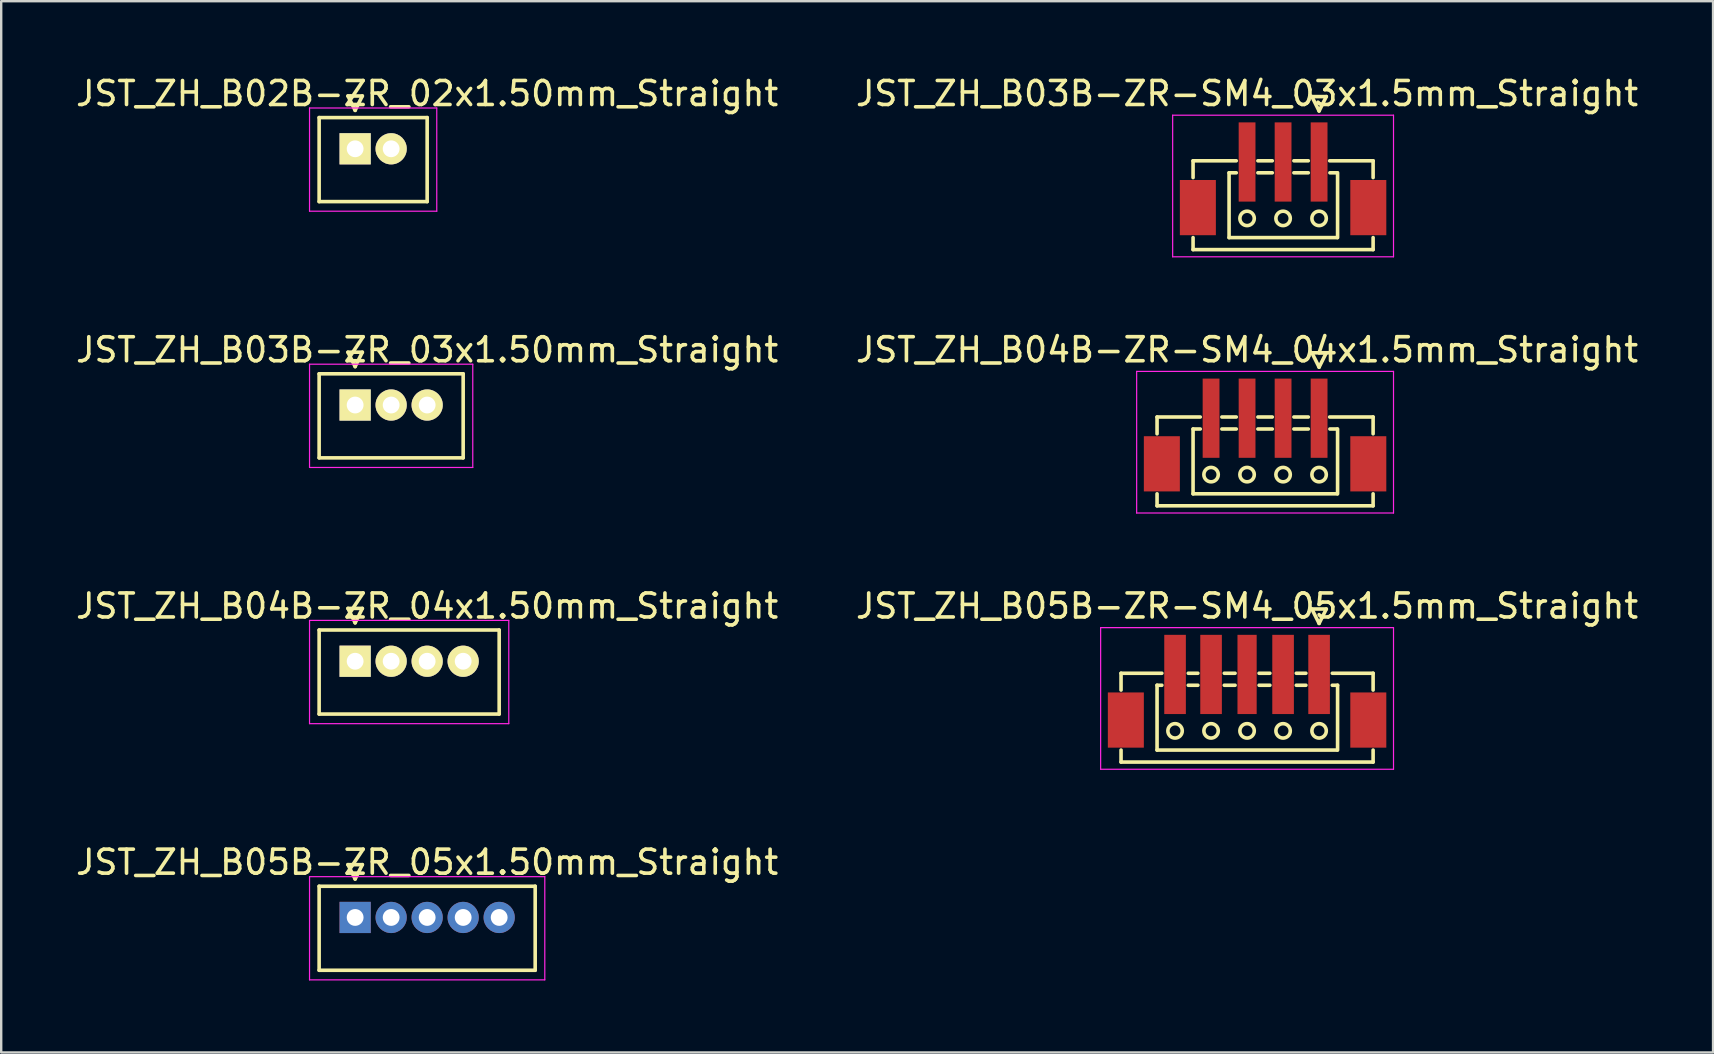
<source format=kicad_pcb>
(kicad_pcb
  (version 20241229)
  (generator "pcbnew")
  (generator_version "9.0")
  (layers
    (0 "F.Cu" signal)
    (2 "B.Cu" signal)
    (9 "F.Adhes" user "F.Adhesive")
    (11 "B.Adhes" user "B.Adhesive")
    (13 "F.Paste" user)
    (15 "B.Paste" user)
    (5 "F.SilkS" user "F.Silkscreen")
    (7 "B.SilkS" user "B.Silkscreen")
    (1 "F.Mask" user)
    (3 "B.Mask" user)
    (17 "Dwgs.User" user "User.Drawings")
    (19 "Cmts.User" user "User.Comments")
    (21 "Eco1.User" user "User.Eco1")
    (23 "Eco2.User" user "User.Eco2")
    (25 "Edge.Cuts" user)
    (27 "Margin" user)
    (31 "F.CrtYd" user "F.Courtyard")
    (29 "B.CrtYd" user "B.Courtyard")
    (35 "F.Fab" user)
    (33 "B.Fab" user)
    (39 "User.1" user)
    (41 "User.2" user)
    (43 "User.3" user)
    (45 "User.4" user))
  (footprint "JST_ZH_B05B-ZR_05x1.50mm_Straight"
    (layer "F.Cu")
    (at 11.744 35.168)
    (property "Reference" "JST_ZH_B05B-ZR_05x1.50mm_Straight" (at 3 -2.3 0) (layer "F.SilkS") (effects (font (size 1 1) (thickness 0.15))))
    (attr through_hole)
    (fp_line (start -1.5 -1.3) (end -1.5 2.2) (stroke (width 0.15) (type solid)) (layer "F.SilkS"))
    (fp_line (start -1.5 2.2) (end 7.5 2.2) (stroke (width 0.15) (type solid)) (layer "F.SilkS"))
    (fp_line (start -0.3 -2.2) (end 0 -1.6) (stroke (width 0.15) (type solid)) (layer "F.SilkS"))
    (fp_line (start 0 -1.6) (end 0.3 -2.2) (stroke (width 0.15) (type solid)) (layer "F.SilkS"))
    (fp_line (start 0.3 -2.2) (end -0.3 -2.2) (stroke (width 0.15) (type solid)) (layer "F.SilkS"))
    (fp_line (start 7.5 -1.3) (end -1.5 -1.3) (stroke (width 0.15) (type solid)) (layer "F.SilkS"))
    (fp_line (start 7.5 -1.3) (end 7.5 2.2) (stroke (width 0.15) (type solid)) (layer "F.SilkS"))
    (fp_line (start -1.9 -1.7) (end -1.9 2.6) (stroke (width 0.05) (type solid)) (layer "F.CrtYd"))
    (fp_line (start -1.9 2.6) (end 7.9 2.6) (stroke (width 0.05) (type solid)) (layer "F.CrtYd"))
    (fp_line (start 7.9 -1.7) (end -1.9 -1.7) (stroke (width 0.05) (type solid)) (layer "F.CrtYd"))
    (fp_line (start 7.9 2.6) (end 7.9 -1.7) (stroke (width 0.05) (type solid)) (layer "F.CrtYd"))
    (pad "1" thru_hole rect (at 0 0) (size 1.3 1.3) (drill 0.7) (layers "*.Cu" "*.Mask"))
    (pad "2" thru_hole circle (at 1.5 0) (size 1.3 1.3) (drill 0.7) (layers "*.Cu" "*.Mask"))
    (pad "3" thru_hole circle (at 3 0) (size 1.3 1.3) (drill 0.7) (layers "*.Cu" "*.Mask"))
    (pad "4" thru_hole circle (at 4.5 0) (size 1.3 1.3) (drill 0.7) (layers "*.Cu" "*.Mask"))
    (pad "5" thru_hole circle (at 6 0) (size 1.3 1.3) (drill 0.7) (layers "*.Cu" "*.Mask")))
  (footprint "JST_ZH_B05B-ZR-SM4_05x1.5mm_Straight"
    (layer "F.Cu")
    (at 48.899 26.095)
    (property "Reference" "JST_ZH_B05B-ZR-SM4_05x1.5mm_Straight" (at 0 -3.9 0) (layer "F.SilkS") (effects (font (size 1 1) (thickness 0.15))))
    (attr smd)
    (fp_line (start -5.25 -1.1) (end -5.25 -0.4) (stroke (width 0.15) (type solid)) (layer "F.SilkS"))
    (fp_line (start -5.25 -1.1) (end -3.55 -1.1) (stroke (width 0.15) (type solid)) (layer "F.SilkS"))
    (fp_line (start -5.25 2.6) (end -5.25 2.1) (stroke (width 0.15) (type solid)) (layer "F.SilkS"))
    (fp_line (start -3.75 -0.6) (end -3.75 2.1) (stroke (width 0.15) (type solid)) (layer "F.SilkS"))
    (fp_line (start -3.55 -0.6) (end -3.75 -0.6) (stroke (width 0.15) (type solid)) (layer "F.SilkS"))
    (fp_line (start -2.05 -1.1) (end -2.45 -1.1) (stroke (width 0.15) (type solid)) (layer "F.SilkS"))
    (fp_line (start -2.05 -0.6) (end -2.45 -0.6) (stroke (width 0.15) (type solid)) (layer "F.SilkS"))
    (fp_line (start -0.5 -1.1) (end -0.95 -1.1) (stroke (width 0.15) (type solid)) (layer "F.SilkS"))
    (fp_line (start -0.5 -0.6) (end -0.95 -0.6) (stroke (width 0.15) (type solid)) (layer "F.SilkS"))
    (fp_line (start 0.95 -1.1) (end 0.5 -1.1) (stroke (width 0.15) (type solid)) (layer "F.SilkS"))
    (fp_line (start 0.95 -0.6) (end 0.5 -0.6) (stroke (width 0.15) (type solid)) (layer "F.SilkS"))
    (fp_line (start 2.45 -1.1) (end 2.05 -1.1) (stroke (width 0.15) (type solid)) (layer "F.SilkS"))
    (fp_line (start 2.45 -0.6) (end 2.05 -0.6) (stroke (width 0.15) (type solid)) (layer "F.SilkS"))
    (fp_line (start 2.7 -3.775) (end 3 -3.175) (stroke (width 0.15) (type solid)) (layer "F.SilkS"))
    (fp_line (start 3 -3.175) (end 3.3 -3.775) (stroke (width 0.15) (type solid)) (layer "F.SilkS"))
    (fp_line (start 3.3 -3.775) (end 2.7 -3.775) (stroke (width 0.15) (type solid)) (layer "F.SilkS"))
    (fp_line (start 3.55 -1.1) (end 5.25 -1.1) (stroke (width 0.15) (type solid)) (layer "F.SilkS"))
    (fp_line (start 3.55 -0.6) (end 3.77 -0.6) (stroke (width 0.15) (type solid)) (layer "F.SilkS"))
    (fp_line (start 3.75 2.1) (end -3.75 2.1) (stroke (width 0.15) (type solid)) (layer "F.SilkS"))
    (fp_line (start 3.77 -0.6) (end 3.77 2.1) (stroke (width 0.15) (type solid)) (layer "F.SilkS"))
    (fp_line (start 5.25 -1.1) (end 5.25 -0.4) (stroke (width 0.15) (type solid)) (layer "F.SilkS"))
    (fp_line (start 5.25 2.6) (end -5.25 2.6) (stroke (width 0.15) (type solid)) (layer "F.SilkS"))
    (fp_line (start 5.25 2.6) (end 5.25 2.1) (stroke (width 0.15) (type solid)) (layer "F.SilkS"))
    (fp_circle (center -3 1.3) (end -3 1) (stroke (width 0.15) (type solid)) (fill no) (layer "F.SilkS"))
    (fp_circle (center -1.5 1.3) (end -1.5 1) (stroke (width 0.15) (type solid)) (fill no) (layer "F.SilkS"))
    (fp_circle (center 0 1.3) (end 0 1) (stroke (width 0.15) (type solid)) (fill no) (layer "F.SilkS"))
    (fp_circle (center 1.5 1.3) (end 1.5 1) (stroke (width 0.15) (type solid)) (fill no) (layer "F.SilkS"))
    (fp_circle (center 3 1.3) (end 3 1) (stroke (width 0.15) (type solid)) (fill no) (layer "F.SilkS"))
    (fp_line (start -6.1 -3) (end -6.1 2.9) (stroke (width 0.05) (type solid)) (layer "F.CrtYd"))
    (fp_line (start -6.1 2.9) (end 6.1 2.9) (stroke (width 0.05) (type solid)) (layer "F.CrtYd"))
    (fp_line (start 6.1 -3) (end -6.1 -3) (stroke (width 0.05) (type solid)) (layer "F.CrtYd"))
    (fp_line (start 6.1 2.9) (end 6.1 -3) (stroke (width 0.05) (type solid)) (layer "F.CrtYd"))
    (pad "" smd rect (at -4.3 -0.3) (size 1.5 2.3) (drill (offset -0.75 1.15)) (layers "F.Cu" "F.Mask" "F.Paste"))
    (pad "" smd rect (at 4.3 -0.3) (size 1.5 2.3) (drill (offset 0.75 1.15)) (layers "F.Cu" "F.Mask" "F.Paste"))
    (pad "1" smd rect (at 3 -1.05) (size 0.9 3.3) (layers "F.Cu" "F.Mask" "F.Paste"))
    (pad "2" smd rect (at 1.5 -1.05) (size 0.9 3.3) (layers "F.Cu" "F.Mask" "F.Paste"))
    (pad "3" smd rect (at 0 -1.05) (size 0.8 3.3) (layers "F.Cu" "F.Mask" "F.Paste"))
    (pad "4" smd rect (at -1.5 -1.05) (size 0.9 3.3) (layers "F.Cu" "F.Mask" "F.Paste"))
    (pad "5" smd rect (at -3 -1.05) (size 0.9 3.3) (layers "F.Cu" "F.Mask" "F.Paste")))
  (footprint "JST_ZH_B03B-ZR_03x1.50mm_Straight"
    (layer "F.Cu")
    (at 11.744 13.822)
    (property "Reference" "JST_ZH_B03B-ZR_03x1.50mm_Straight" (at 3 -2.3 0) (layer "F.SilkS") (effects (font (size 1 1) (thickness 0.15))))
    (attr through_hole)
    (fp_line (start -1.5 -1.3) (end -1.5 2.2) (stroke (width 0.15) (type solid)) (layer "F.SilkS"))
    (fp_line (start -1.5 -1.3) (end 4.5 -1.3) (stroke (width 0.15) (type solid)) (layer "F.SilkS"))
    (fp_line (start -1.5 2.2) (end 4.5 2.2) (stroke (width 0.15) (type solid)) (layer "F.SilkS"))
    (fp_line (start -0.3 -2.2) (end 0 -1.6) (stroke (width 0.15) (type solid)) (layer "F.SilkS"))
    (fp_line (start 0 -1.6) (end 0.3 -2.2) (stroke (width 0.15) (type solid)) (layer "F.SilkS"))
    (fp_line (start 0.3 -2.2) (end -0.3 -2.2) (stroke (width 0.15) (type solid)) (layer "F.SilkS"))
    (fp_line (start 4.5 -1.3) (end 4.5 2.2) (stroke (width 0.15) (type solid)) (layer "F.SilkS"))
    (fp_line (start -1.9 -1.7) (end 4.9 -1.7) (stroke (width 0.05) (type solid)) (layer "F.CrtYd"))
    (fp_line (start -1.9 2.6) (end -1.9 -1.7) (stroke (width 0.05) (type solid)) (layer "F.CrtYd"))
    (fp_line (start 4.9 -1.7) (end 4.9 2.6) (stroke (width 0.05) (type solid)) (layer "F.CrtYd"))
    (fp_line (start 4.9 2.6) (end -1.9 2.6) (stroke (width 0.05) (type solid)) (layer "F.CrtYd"))
    (pad "1" thru_hole rect (at 0 0) (size 1.3 1.3) (drill 0.7) (layers "*.Cu" "*.Mask" "F.SilkS"))
    (pad "2" thru_hole circle (at 1.5 0) (size 1.3 1.3) (drill 0.7) (layers "*.Cu" "*.Mask" "F.SilkS"))
    (pad "3" thru_hole circle (at 3 0) (size 1.3 1.3) (drill 0.7) (layers "*.Cu" "*.Mask" "F.SilkS")))
  (footprint "JST_ZH_B04B-ZR-SM4_04x1.5mm_Straight"
    (layer "F.Cu")
    (at 49.649 15.421)
    (property "Reference" "JST_ZH_B04B-ZR-SM4_04x1.5mm_Straight" (at -0.75 -3.9 0) (layer "F.SilkS") (effects (font (size 1 1) (thickness 0.15))))
    (attr smd)
    (fp_line (start -4.5 -1.1) (end -4.5 -0.4) (stroke (width 0.15) (type solid)) (layer "F.SilkS"))
    (fp_line (start -4.5 -1.1) (end -2.7 -1.1) (stroke (width 0.15) (type solid)) (layer "F.SilkS"))
    (fp_line (start -4.5 2.6) (end -4.5 2.1) (stroke (width 0.15) (type solid)) (layer "F.SilkS"))
    (fp_line (start -3 -0.6) (end -3 2.1) (stroke (width 0.15) (type solid)) (layer "F.SilkS"))
    (fp_line (start -2.7 -0.6) (end -3 -0.6) (stroke (width 0.15) (type solid)) (layer "F.SilkS"))
    (fp_line (start -1.2 -1.1) (end -1.8 -1.1) (stroke (width 0.15) (type solid)) (layer "F.SilkS"))
    (fp_line (start -1.2 -0.6) (end -1.8 -0.6) (stroke (width 0.15) (type solid)) (layer "F.SilkS"))
    (fp_line (start 0.3 -1.1) (end -0.3 -1.1) (stroke (width 0.15) (type solid)) (layer "F.SilkS"))
    (fp_line (start 0.3 -0.6) (end -0.3 -0.6) (stroke (width 0.15) (type solid)) (layer "F.SilkS"))
    (fp_line (start 1.8 -1.1) (end 1.2 -1.1) (stroke (width 0.15) (type solid)) (layer "F.SilkS"))
    (fp_line (start 1.8 -0.6) (end 1.2 -0.6) (stroke (width 0.15) (type solid)) (layer "F.SilkS"))
    (fp_line (start 1.95 -3.775) (end 2.25 -3.175) (stroke (width 0.15) (type solid)) (layer "F.SilkS"))
    (fp_line (start 2.25 -3.175) (end 2.55 -3.775) (stroke (width 0.15) (type solid)) (layer "F.SilkS"))
    (fp_line (start 2.55 -3.775) (end 1.95 -3.775) (stroke (width 0.15) (type solid)) (layer "F.SilkS"))
    (fp_line (start 2.69 -1.1) (end 4.5 -1.1) (stroke (width 0.15) (type solid)) (layer "F.SilkS"))
    (fp_line (start 2.7 -0.6) (end 3 -0.6) (stroke (width 0.15) (type solid)) (layer "F.SilkS"))
    (fp_line (start 3 2.1) (end -3 2.1) (stroke (width 0.15) (type solid)) (layer "F.SilkS"))
    (fp_line (start 3.02 -0.6) (end 3.02 2.1) (stroke (width 0.15) (type solid)) (layer "F.SilkS"))
    (fp_line (start 4.5 -1.1) (end 4.5 -0.4) (stroke (width 0.15) (type solid)) (layer "F.SilkS"))
    (fp_line (start 4.5 2.6) (end -4.5 2.6) (stroke (width 0.15) (type solid)) (layer "F.SilkS"))
    (fp_line (start 4.5 2.6) (end 4.5 2.1) (stroke (width 0.15) (type solid)) (layer "F.SilkS"))
    (fp_circle (center -2.25 1.3) (end -2.25 1) (stroke (width 0.15) (type solid)) (fill no) (layer "F.SilkS"))
    (fp_circle (center -0.75 1.3) (end -0.75 1) (stroke (width 0.15) (type solid)) (fill no) (layer "F.SilkS"))
    (fp_circle (center 0.75 1.3) (end 0.75 1) (stroke (width 0.15) (type solid)) (fill no) (layer "F.SilkS"))
    (fp_circle (center 2.25 1.3) (end 2.25 1) (stroke (width 0.15) (type solid)) (fill no) (layer "F.SilkS"))
    (fp_line (start -5.35 -3) (end -5.35 2.9) (stroke (width 0.05) (type solid)) (layer "F.CrtYd"))
    (fp_line (start -5.35 2.9) (end 5.35 2.9) (stroke (width 0.05) (type solid)) (layer "F.CrtYd"))
    (fp_line (start 5.35 -3) (end -5.35 -3) (stroke (width 0.05) (type solid)) (layer "F.CrtYd"))
    (fp_line (start 5.35 2.9) (end 5.35 -3) (stroke (width 0.05) (type solid)) (layer "F.CrtYd"))
    (pad "" smd rect (at -3.55 -0.3) (size 1.5 2.3) (drill (offset -0.75 1.15)) (layers "F.Cu" "F.Mask" "F.Paste"))
    (pad "" smd rect (at 3.55 -0.3) (size 1.5 2.3) (drill (offset 0.75 1.15)) (layers "F.Cu" "F.Mask" "F.Paste"))
    (pad "1" smd rect (at 2.25 -1.05) (size 0.7 3.3) (layers "F.Cu" "F.Mask" "F.Paste"))
    (pad "2" smd rect (at 0.75 -1.05) (size 0.7 3.3) (layers "F.Cu" "F.Mask" "F.Paste"))
    (pad "3" smd rect (at -0.75 -1.05) (size 0.7 3.3) (layers "F.Cu" "F.Mask" "F.Paste"))
    (pad "4" smd rect (at -2.25 -1.05) (size 0.7 3.3) (layers "F.Cu" "F.Mask" "F.Paste")))
  (footprint "JST_ZH_B03B-ZR-SM4_03x1.5mm_Straight"
    (layer "F.Cu")
    (at 50.399 4.748)
    (property "Reference" "JST_ZH_B03B-ZR-SM4_03x1.5mm_Straight" (at -1.5 -3.9 0) (layer "F.SilkS") (effects (font (size 1 1) (thickness 0.15))))
    (attr smd)
    (fp_line (start -3.75 -1.1) (end -3.75 -0.4) (stroke (width 0.15) (type solid)) (layer "F.SilkS"))
    (fp_line (start -3.75 -1.1) (end -1.95 -1.1) (stroke (width 0.15) (type solid)) (layer "F.SilkS"))
    (fp_line (start -3.75 2.6) (end -3.75 2.1) (stroke (width 0.15) (type solid)) (layer "F.SilkS"))
    (fp_line (start -2.25 -0.6) (end -2.25 2.1) (stroke (width 0.15) (type solid)) (layer "F.SilkS"))
    (fp_line (start -1.95 -0.6) (end -2.25 -0.6) (stroke (width 0.15) (type solid)) (layer "F.SilkS"))
    (fp_line (start -0.45 -1.1) (end -1.05 -1.1) (stroke (width 0.15) (type solid)) (layer "F.SilkS"))
    (fp_line (start -0.45 -0.6) (end -1.05 -0.6) (stroke (width 0.15) (type solid)) (layer "F.SilkS"))
    (fp_line (start 1.05 -1.1) (end 0.45 -1.1) (stroke (width 0.15) (type solid)) (layer "F.SilkS"))
    (fp_line (start 1.05 -0.6) (end 0.45 -0.6) (stroke (width 0.15) (type solid)) (layer "F.SilkS"))
    (fp_line (start 1.2 -3.775) (end 1.5 -3.175) (stroke (width 0.15) (type solid)) (layer "F.SilkS"))
    (fp_line (start 1.5 -3.175) (end 1.8 -3.775) (stroke (width 0.15) (type solid)) (layer "F.SilkS"))
    (fp_line (start 1.8 -3.775) (end 1.2 -3.775) (stroke (width 0.15) (type solid)) (layer "F.SilkS"))
    (fp_line (start 1.94 -1.1) (end 3.75 -1.1) (stroke (width 0.15) (type solid)) (layer "F.SilkS"))
    (fp_line (start 1.95 -0.6) (end 2.25 -0.6) (stroke (width 0.15) (type solid)) (layer "F.SilkS"))
    (fp_line (start 2.25 2.1) (end -2.25 2.1) (stroke (width 0.15) (type solid)) (layer "F.SilkS"))
    (fp_line (start 2.27 -0.6) (end 2.27 2.1) (stroke (width 0.15) (type solid)) (layer "F.SilkS"))
    (fp_line (start 3.75 -1.1) (end 3.75 -0.4) (stroke (width 0.15) (type solid)) (layer "F.SilkS"))
    (fp_line (start 3.75 2.6) (end -3.75 2.6) (stroke (width 0.15) (type solid)) (layer "F.SilkS"))
    (fp_line (start 3.75 2.6) (end 3.75 2.1) (stroke (width 0.15) (type solid)) (layer "F.SilkS"))
    (fp_circle (center -1.5 1.3) (end -1.5 1) (stroke (width 0.15) (type solid)) (fill no) (layer "F.SilkS"))
    (fp_circle (center 0 1.3) (end 0 1) (stroke (width 0.15) (type solid)) (fill no) (layer "F.SilkS"))
    (fp_circle (center 1.5 1.3) (end 1.5 1) (stroke (width 0.15) (type solid)) (fill no) (layer "F.SilkS"))
    (fp_line (start -4.6 -3) (end -4.6 2.9) (stroke (width 0.05) (type solid)) (layer "F.CrtYd"))
    (fp_line (start -4.6 2.9) (end 4.6 2.9) (stroke (width 0.05) (type solid)) (layer "F.CrtYd"))
    (fp_line (start 4.6 -3) (end -4.6 -3) (stroke (width 0.05) (type solid)) (layer "F.CrtYd"))
    (fp_line (start 4.6 2.9) (end 4.6 -3) (stroke (width 0.05) (type solid)) (layer "F.CrtYd"))
    (pad "" smd rect (at -2.8 -0.3) (size 1.5 2.3) (drill (offset -0.75 1.15)) (layers "F.Cu" "F.Mask" "F.Paste"))
    (pad "" smd rect (at 2.8 -0.3) (size 1.5 2.3) (drill (offset 0.75 1.15)) (layers "F.Cu" "F.Mask" "F.Paste"))
    (pad "1" smd rect (at 1.5 -1.05) (size 0.7 3.3) (layers "F.Cu" "F.Mask" "F.Paste"))
    (pad "2" smd rect (at 0 -1.05) (size 0.7 3.3) (layers "F.Cu" "F.Mask" "F.Paste"))
    (pad "3" smd rect (at -1.5 -1.05) (size 0.7 3.3) (layers "F.Cu" "F.Mask" "F.Paste")))
  (footprint "JST_ZH_B02B-ZR_02x1.50mm_Straight"
    (layer "F.Cu")
    (at 11.744 3.148)
    (property "Reference" "JST_ZH_B02B-ZR_02x1.50mm_Straight" (at 3 -2.3 0) (layer "F.SilkS") (effects (font (size 1 1) (thickness 0.15))))
    (attr through_hole)
    (fp_line (start -1.5 -1.3) (end -1.5 2.2) (stroke (width 0.15) (type solid)) (layer "F.SilkS"))
    (fp_line (start -1.5 -1.3) (end 3 -1.3) (stroke (width 0.15) (type solid)) (layer "F.SilkS"))
    (fp_line (start -0.3 -2.2) (end 0 -1.6) (stroke (width 0.15) (type solid)) (layer "F.SilkS"))
    (fp_line (start -0.2 -2.2) (end -0.3 -2.2) (stroke (width 0.15) (type solid)) (layer "F.SilkS"))
    (fp_line (start 0 -1.6) (end 0.3 -2.2) (stroke (width 0.15) (type solid)) (layer "F.SilkS"))
    (fp_line (start 0.3 -2.2) (end -0.2 -2.2) (stroke (width 0.15) (type solid)) (layer "F.SilkS"))
    (fp_line (start 3 -1.3) (end 3 2.2) (stroke (width 0.15) (type solid)) (layer "F.SilkS"))
    (fp_line (start 3 2.2) (end -1.5 2.2) (stroke (width 0.15) (type solid)) (layer "F.SilkS"))
    (fp_line (start -1.9 -1.7) (end 3.4 -1.7) (stroke (width 0.05) (type solid)) (layer "F.CrtYd"))
    (fp_line (start -1.9 2.6) (end -1.9 -1.7) (stroke (width 0.05) (type solid)) (layer "F.CrtYd"))
    (fp_line (start 3.4 -1.7) (end 3.4 2.6) (stroke (width 0.05) (type solid)) (layer "F.CrtYd"))
    (fp_line (start 3.4 2.6) (end -1.9 2.6) (stroke (width 0.05) (type solid)) (layer "F.CrtYd"))
    (pad "1" thru_hole rect (at 0 0) (size 1.3 1.3) (drill 0.7) (layers "*.Cu" "*.Mask" "F.SilkS"))
    (pad "2" thru_hole circle (at 1.5 0) (size 1.3 1.3) (drill 0.7) (layers "*.Cu" "*.Mask" "F.SilkS")))
  (footprint "JST_ZH_B04B-ZR_04x1.50mm_Straight"
    (layer "F.Cu")
    (at 11.744 24.495)
    (property "Reference" "JST_ZH_B04B-ZR_04x1.50mm_Straight" (at 3 -2.3 0) (layer "F.SilkS") (effects (font (size 1 1) (thickness 0.15))))
    (attr through_hole)
    (fp_line (start -1.5 -1.3) (end -1.5 2.2) (stroke (width 0.15) (type solid)) (layer "F.SilkS"))
    (fp_line (start -1.5 -1.3) (end 6 -1.3) (stroke (width 0.15) (type solid)) (layer "F.SilkS"))
    (fp_line (start -0.3 -2.2) (end 0 -1.6) (stroke (width 0.15) (type solid)) (layer "F.SilkS"))
    (fp_line (start 0 -1.6) (end 0.3 -2.2) (stroke (width 0.15) (type solid)) (layer "F.SilkS"))
    (fp_line (start 0.3 -2.2) (end -0.3 -2.2) (stroke (width 0.15) (type solid)) (layer "F.SilkS"))
    (fp_line (start 6 -1.3) (end 6 2.2) (stroke (width 0.15) (type solid)) (layer "F.SilkS"))
    (fp_line (start 6 2.2) (end -1.5 2.2) (stroke (width 0.15) (type solid)) (layer "F.SilkS"))
    (fp_line (start -1.9 -1.7) (end 6.4 -1.7) (stroke (width 0.05) (type solid)) (layer "F.CrtYd"))
    (fp_line (start -1.9 2.6) (end -1.9 -1.7) (stroke (width 0.05) (type solid)) (layer "F.CrtYd"))
    (fp_line (start 6.4 -1.7) (end 6.4 2.6) (stroke (width 0.05) (type solid)) (layer "F.CrtYd"))
    (fp_line (start 6.4 2.6) (end -1.9 2.6) (stroke (width 0.05) (type solid)) (layer "F.CrtYd"))
    (pad "1" thru_hole rect (at 0 0) (size 1.3 1.3) (drill 0.7) (layers "*.Cu" "*.Mask" "F.SilkS"))
    (pad "2" thru_hole circle (at 1.5 0) (size 1.3 1.3) (drill 0.7) (layers "*.Cu" "*.Mask" "F.SilkS"))
    (pad "3" thru_hole circle (at 3 0) (size 1.3 1.3) (drill 0.7) (layers "*.Cu" "*.Mask" "F.SilkS"))
    (pad "4" thru_hole circle (at 4.5 0) (size 1.3 1.3) (drill 0.7) (layers "*.Cu" "*.Mask" "F.SilkS")))
  (gr_rect
    (start -3 -3)
    (end 68.31 40.793)
    (stroke (width 0.1) (type default))
    (fill no)
    (layer "Edge.Cuts")))
</source>
